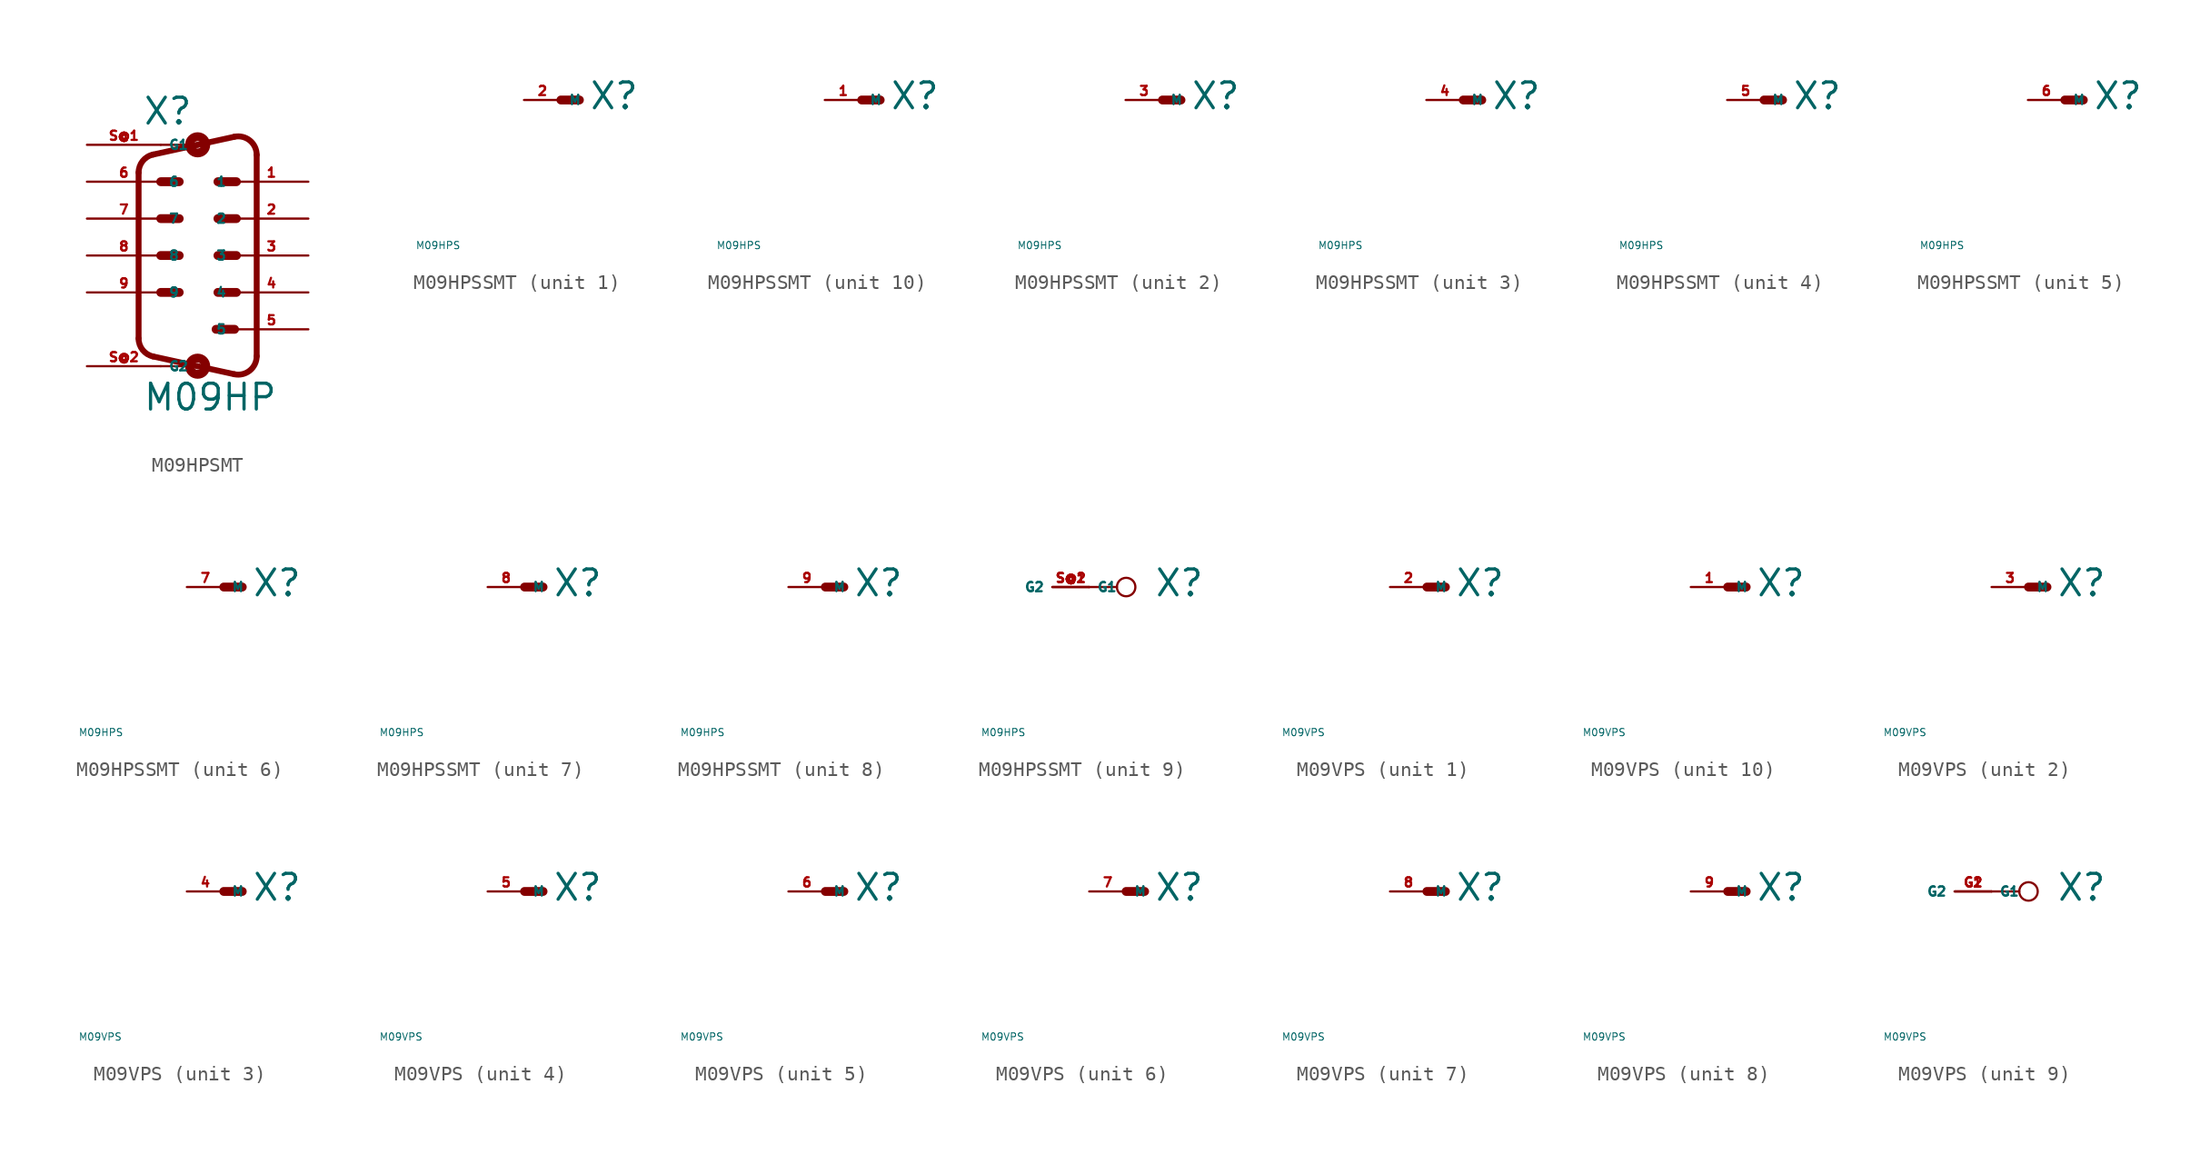
<source format=kicad_sym>
(kicad_symbol_lib
  (version 20220914)
  (generator Eagle2Kicad)
  (symbol "M09HPSMT"
    (property "Reference" "X"
      (at -3.81 8.89 0)
      (effects (font (size 1.778 1.778) (thickness 0.22)) (justify left bottom)))
    (property "Value" "M09HP"
      (at -3.81 -10.795 0)
      (effects (font (size 1.778 1.778) (thickness 0.22)) (justify left bottom)))
    (polyline
      (pts (xy -2.54 5.08) (xy -1.27 5.08))
      (stroke (width 0.61) (type default))
      (fill (type none)))
    (polyline
      (pts (xy -2.54 2.54) (xy -1.27 2.54))
      (stroke (width 0.61) (type default))
      (fill (type none)))
    (polyline
      (pts (xy 1.397 5.08) (xy 2.667 5.08))
      (stroke (width 0.61) (type default))
      (fill (type none)))
    (polyline
      (pts (xy 1.397 2.54) (xy 2.667 2.54))
      (stroke (width 0.61) (type default))
      (fill (type none)))
    (polyline
      (pts (xy -2.54 0) (xy -1.27 0))
      (stroke (width 0.61) (type default))
      (fill (type none)))
    (polyline
      (pts (xy -2.54 -2.54) (xy -1.27 -2.54))
      (stroke (width 0.61) (type default))
      (fill (type none)))
    (polyline
      (pts (xy 1.397 0) (xy 2.667 0))
      (stroke (width 0.61) (type default))
      (fill (type none)))
    (polyline
      (pts (xy 1.397 -2.54) (xy 2.667 -2.54))
      (stroke (width 0.61) (type default))
      (fill (type none)))
    (polyline
      (pts (xy 1.27 -5.08) (xy 2.54 -5.08))
      (stroke (width 0.61) (type default))
      (fill (type none)))
    (arc
      (start 2.5226 -8.1718)
      (mid 3.590 -7.920)
      (end 4.0637 -6.9312)
      (stroke (width 0.4064) (type default))
      (fill (type none)))
    (polyline
      (pts (xy 2.523 -8.172) (xy 0 -7.62))
      (stroke (width 0.406) (type default))
      (fill (type none)))
    (polyline
      (pts (xy 0 -7.62) (xy -3.065 -6.949))
      (stroke (width 0.406) (type default))
      (fill (type none)))
    (arc
      (start -4.064 -5.7088)
      (mid -3.783 -6.505)
      (end -3.0654 -6.9494)
      (stroke (width 0.4064) (type default))
      (fill (type none)))
    (polyline
      (pts (xy -4.064 5.709) (xy -4.064 -5.709))
      (stroke (width 0.406) (type default))
      (fill (type none)))
    (arc
      (start -3.0654 6.9494)
      (mid -3.783 6.505)
      (end -4.064 5.7088)
      (stroke (width 0.4064) (type default))
      (fill (type none)))
    (polyline
      (pts (xy 4.064 6.931) (xy 4.064 -6.931))
      (stroke (width 0.406) (type default))
      (fill (type none)))
    (polyline
      (pts (xy 2.523 8.172) (xy 0 7.62))
      (stroke (width 0.406) (type default))
      (fill (type none)))
    (polyline
      (pts (xy 0 7.62) (xy -3.065 6.949))
      (stroke (width 0.406) (type default))
      (fill (type none)))
    (arc
      (start 4.064 6.9312)
      (mid 3.590 7.921)
      (end 2.5226 8.1719)
      (stroke (width 0.4064) (type default))
      (fill (type none)))
    (polyline
      (pts (xy -2.54 -7.62) (xy 0 -7.62))
      (stroke (width 0.152) (type default))
      (fill (type none)))
    (polyline
      (pts (xy 0 7.62) (xy -2.54 7.62))
      (stroke (width 0.152) (type default))
      (fill (type none)))
    (circle
      (center 0 -7.62)
      (radius 0.254)
      (stroke (width 0.61) (type default))
      (fill (type none)))
    (circle
      (center 0 7.62)
      (radius 0.254)
      (stroke (width 0.61) (type default))
      (fill (type none)))
    (pin passive line
      (at 7.62 5.08 180)
      (length 5.08)
      (name "1" (effects (font (size 0.635 0.635) (thickness 0.08)) (justify left bottom)))
      (number "1" (effects (font (size 0.635 0.635) (thickness 0.08)) (justify left bottom))))
    (pin passive line
      (at -7.62 5.08 0)
      (length 5.08)
      (name "6" (effects (font (size 0.635 0.635) (thickness 0.08)) (justify left bottom)))
      (number "6" (effects (font (size 0.635 0.635) (thickness 0.08)) (justify left bottom))))
    (pin passive line
      (at 7.62 2.54 180)
      (length 5.08)
      (name "2" (effects (font (size 0.635 0.635) (thickness 0.08)) (justify left bottom)))
      (number "2" (effects (font (size 0.635 0.635) (thickness 0.08)) (justify left bottom))))
    (pin passive line
      (at -7.62 2.54 0)
      (length 5.08)
      (name "7" (effects (font (size 0.635 0.635) (thickness 0.08)) (justify left bottom)))
      (number "7" (effects (font (size 0.635 0.635) (thickness 0.08)) (justify left bottom))))
    (pin passive line
      (at 7.62 0 180)
      (length 5.08)
      (name "3" (effects (font (size 0.635 0.635) (thickness 0.08)) (justify left bottom)))
      (number "3" (effects (font (size 0.635 0.635) (thickness 0.08)) (justify left bottom))))
    (pin passive line
      (at -7.62 0 0)
      (length 5.08)
      (name "8" (effects (font (size 0.635 0.635) (thickness 0.08)) (justify left bottom)))
      (number "8" (effects (font (size 0.635 0.635) (thickness 0.08)) (justify left bottom))))
    (pin passive line
      (at 7.62 -2.54 180)
      (length 5.08)
      (name "4" (effects (font (size 0.635 0.635) (thickness 0.08)) (justify left bottom)))
      (number "4" (effects (font (size 0.635 0.635) (thickness 0.08)) (justify left bottom))))
    (pin passive line
      (at -7.62 -2.54 0)
      (length 5.08)
      (name "9" (effects (font (size 0.635 0.635) (thickness 0.08)) (justify left bottom)))
      (number "9" (effects (font (size 0.635 0.635) (thickness 0.08)) (justify left bottom))))
    (pin passive line
      (at 7.62 -5.08 180)
      (length 5.08)
      (name "5" (effects (font (size 0.635 0.635) (thickness 0.08)) (justify left bottom)))
      (number "5" (effects (font (size 0.635 0.635) (thickness 0.08)) (justify left bottom))))
    (pin passive line
      (at -7.62 7.62 0)
      (length 5.08)
      (name "G1" (effects (font (size 0.635 0.635) (thickness 0.08)) (justify left bottom)))
      (number "S@1" (effects (font (size 0.635 0.635) (thickness 0.08)) (justify left bottom))))
    (pin passive line
      (at -7.62 -7.62 0)
      (length 5.08)
      (name "G2" (effects (font (size 0.635 0.635) (thickness 0.08)) (justify left bottom)))
      (number "S@2" (effects (font (size 0.635 0.635) (thickness 0.08)) (justify left bottom)))))
  (symbol "M09HPSSMT"
    (property "Reference" "X"
      (at 1.905 -0.762 0)
      (effects (font (size 1.778 1.778) (thickness 0.22)) (justify left bottom)))
    (property "Value" "M09HPS"
      (at -10 -10 0)
      (effects (font (size 0.5 0.5) (thickness 0.06)) (justify left)))
    (symbol "M09HPSSMT_1_0"
      (polyline (pts (xy 0 0) (xy 1.27 0)) (stroke (width 0.61) (type default)) (fill (type none)))
      (pin passive line (at -2.54 0 0) (length 2.54) (name "M" (effects (font (size 0.635 0.635) (thickness 0.08)) (justify left bottom))) (number "2" (effects (font (size 0.635 0.635) (thickness 0.08)) (justify left bottom)))))
    (symbol "M09HPSSMT_2_0"
      (polyline (pts (xy 0 0) (xy 1.27 0)) (stroke (width 0.61) (type default)) (fill (type none)))
      (pin passive line (at -2.54 0 0) (length 2.54) (name "M" (effects (font (size 0.635 0.635) (thickness 0.08)) (justify left bottom))) (number "3" (effects (font (size 0.635 0.635) (thickness 0.08)) (justify left bottom)))))
    (symbol "M09HPSSMT_3_0"
      (polyline (pts (xy 0 0) (xy 1.27 0)) (stroke (width 0.61) (type default)) (fill (type none)))
      (pin passive line (at -2.54 0 0) (length 2.54) (name "M" (effects (font (size 0.635 0.635) (thickness 0.08)) (justify left bottom))) (number "4" (effects (font (size 0.635 0.635) (thickness 0.08)) (justify left bottom)))))
    (symbol "M09HPSSMT_4_0"
      (polyline (pts (xy 0 0) (xy 1.27 0)) (stroke (width 0.61) (type default)) (fill (type none)))
      (pin passive line (at -2.54 0 0) (length 2.54) (name "M" (effects (font (size 0.635 0.635) (thickness 0.08)) (justify left bottom))) (number "5" (effects (font (size 0.635 0.635) (thickness 0.08)) (justify left bottom)))))
    (symbol "M09HPSSMT_5_0"
      (polyline (pts (xy 0 0) (xy 1.27 0)) (stroke (width 0.61) (type default)) (fill (type none)))
      (pin passive line (at -2.54 0 0) (length 2.54) (name "M" (effects (font (size 0.635 0.635) (thickness 0.08)) (justify left bottom))) (number "6" (effects (font (size 0.635 0.635) (thickness 0.08)) (justify left bottom)))))
    (symbol "M09HPSSMT_6_0"
      (polyline (pts (xy 0 0) (xy 1.27 0)) (stroke (width 0.61) (type default)) (fill (type none)))
      (pin passive line (at -2.54 0 0) (length 2.54) (name "M" (effects (font (size 0.635 0.635) (thickness 0.08)) (justify left bottom))) (number "7" (effects (font (size 0.635 0.635) (thickness 0.08)) (justify left bottom)))))
    (symbol "M09HPSSMT_7_0"
      (polyline (pts (xy 0 0) (xy 1.27 0)) (stroke (width 0.61) (type default)) (fill (type none)))
      (pin passive line (at -2.54 0 0) (length 2.54) (name "M" (effects (font (size 0.635 0.635) (thickness 0.08)) (justify left bottom))) (number "8" (effects (font (size 0.635 0.635) (thickness 0.08)) (justify left bottom)))))
    (symbol "M09HPSSMT_8_0"
      (polyline (pts (xy 0 0) (xy 1.27 0)) (stroke (width 0.61) (type default)) (fill (type none)))
      (pin passive line (at -2.54 0 0) (length 2.54) (name "M" (effects (font (size 0.635 0.635) (thickness 0.08)) (justify left bottom))) (number "9" (effects (font (size 0.635 0.635) (thickness 0.08)) (justify left bottom)))))
    (symbol "M09HPSSMT_9_0"
      (polyline (pts (xy -2.54 0) (xy -0.635 0)) (stroke (width 0.152) (type default)) (fill (type none)))
      (circle (center 0 0) (radius 0.635) (stroke (width 0.152) (type default)) (fill (type none)))
      (pin passive line (at -5.08 0 0) (length 2.54) (name "G1" (effects (font (size 0.635 0.635) (thickness 0.08)) (justify left bottom))) (number "S@1" (effects (font (size 0.635 0.635) (thickness 0.08)) (justify left bottom))))
      (pin passive line (at -2.54 0 180) (length 2.54) (name "G2" (effects (font (size 0.635 0.635) (thickness 0.08)) (justify left bottom))) (number "S@2" (effects (font (size 0.635 0.635) (thickness 0.08)) (justify left bottom)))))
    (symbol "M09HPSSMT_10_0"
      (polyline (pts (xy 0 0) (xy 1.27 0)) (stroke (width 0.61) (type default)) (fill (type none)))
      (pin passive line (at -2.54 0 0) (length 2.54) (name "M" (effects (font (size 0.635 0.635) (thickness 0.08)) (justify left bottom))) (number "1" (effects (font (size 0.635 0.635) (thickness 0.08)) (justify left bottom))))))
  (symbol "M09VPS"
    (property "Reference" "X"
      (at 1.905 -0.762 0)
      (effects (font (size 1.778 1.778) (thickness 0.22)) (justify left bottom)))
    (property "Value" "M09VPS"
      (at -10 -10 0)
      (effects (font (size 0.5 0.5) (thickness 0.06)) (justify left)))
    (symbol "M09VPS_1_0"
      (polyline (pts (xy 0 0) (xy 1.27 0)) (stroke (width 0.61) (type default)) (fill (type none)))
      (pin passive line (at -2.54 0 0) (length 2.54) (name "M" (effects (font (size 0.635 0.635) (thickness 0.08)) (justify left bottom))) (number "2" (effects (font (size 0.635 0.635) (thickness 0.08)) (justify left bottom)))))
    (symbol "M09VPS_2_0"
      (polyline (pts (xy 0 0) (xy 1.27 0)) (stroke (width 0.61) (type default)) (fill (type none)))
      (pin passive line (at -2.54 0 0) (length 2.54) (name "M" (effects (font (size 0.635 0.635) (thickness 0.08)) (justify left bottom))) (number "3" (effects (font (size 0.635 0.635) (thickness 0.08)) (justify left bottom)))))
    (symbol "M09VPS_3_0"
      (polyline (pts (xy 0 0) (xy 1.27 0)) (stroke (width 0.61) (type default)) (fill (type none)))
      (pin passive line (at -2.54 0 0) (length 2.54) (name "M" (effects (font (size 0.635 0.635) (thickness 0.08)) (justify left bottom))) (number "4" (effects (font (size 0.635 0.635) (thickness 0.08)) (justify left bottom)))))
    (symbol "M09VPS_4_0"
      (polyline (pts (xy 0 0) (xy 1.27 0)) (stroke (width 0.61) (type default)) (fill (type none)))
      (pin passive line (at -2.54 0 0) (length 2.54) (name "M" (effects (font (size 0.635 0.635) (thickness 0.08)) (justify left bottom))) (number "5" (effects (font (size 0.635 0.635) (thickness 0.08)) (justify left bottom)))))
    (symbol "M09VPS_5_0"
      (polyline (pts (xy 0 0) (xy 1.27 0)) (stroke (width 0.61) (type default)) (fill (type none)))
      (pin passive line (at -2.54 0 0) (length 2.54) (name "M" (effects (font (size 0.635 0.635) (thickness 0.08)) (justify left bottom))) (number "6" (effects (font (size 0.635 0.635) (thickness 0.08)) (justify left bottom)))))
    (symbol "M09VPS_6_0"
      (polyline (pts (xy 0 0) (xy 1.27 0)) (stroke (width 0.61) (type default)) (fill (type none)))
      (pin passive line (at -2.54 0 0) (length 2.54) (name "M" (effects (font (size 0.635 0.635) (thickness 0.08)) (justify left bottom))) (number "7" (effects (font (size 0.635 0.635) (thickness 0.08)) (justify left bottom)))))
    (symbol "M09VPS_7_0"
      (polyline (pts (xy 0 0) (xy 1.27 0)) (stroke (width 0.61) (type default)) (fill (type none)))
      (pin passive line (at -2.54 0 0) (length 2.54) (name "M" (effects (font (size 0.635 0.635) (thickness 0.08)) (justify left bottom))) (number "8" (effects (font (size 0.635 0.635) (thickness 0.08)) (justify left bottom)))))
    (symbol "M09VPS_8_0"
      (polyline (pts (xy 0 0) (xy 1.27 0)) (stroke (width 0.61) (type default)) (fill (type none)))
      (pin passive line (at -2.54 0 0) (length 2.54) (name "M" (effects (font (size 0.635 0.635) (thickness 0.08)) (justify left bottom))) (number "9" (effects (font (size 0.635 0.635) (thickness 0.08)) (justify left bottom)))))
    (symbol "M09VPS_9_0"
      (polyline (pts (xy -2.54 0) (xy -0.635 0)) (stroke (width 0.152) (type default)) (fill (type none)))
      (circle (center 0 0) (radius 0.635) (stroke (width 0.152) (type default)) (fill (type none)))
      (pin passive line (at -5.08 0 0) (length 2.54) (name "G1" (effects (font (size 0.635 0.635) (thickness 0.08)) (justify left bottom))) (number "G1" (effects (font (size 0.635 0.635) (thickness 0.08)) (justify left bottom))))
      (pin passive line (at -2.54 0 180) (length 2.54) (name "G2" (effects (font (size 0.635 0.635) (thickness 0.08)) (justify left bottom))) (number "G2" (effects (font (size 0.635 0.635) (thickness 0.08)) (justify left bottom)))))
    (symbol "M09VPS_10_0"
      (polyline (pts (xy 0 0) (xy 1.27 0)) (stroke (width 0.61) (type default)) (fill (type none)))
      (pin passive line (at -2.54 0 0) (length 2.54) (name "M" (effects (font (size 0.635 0.635) (thickness 0.08)) (justify left bottom))) (number "1" (effects (font (size 0.635 0.635) (thickness 0.08)) (justify left bottom)))))))
</source>
